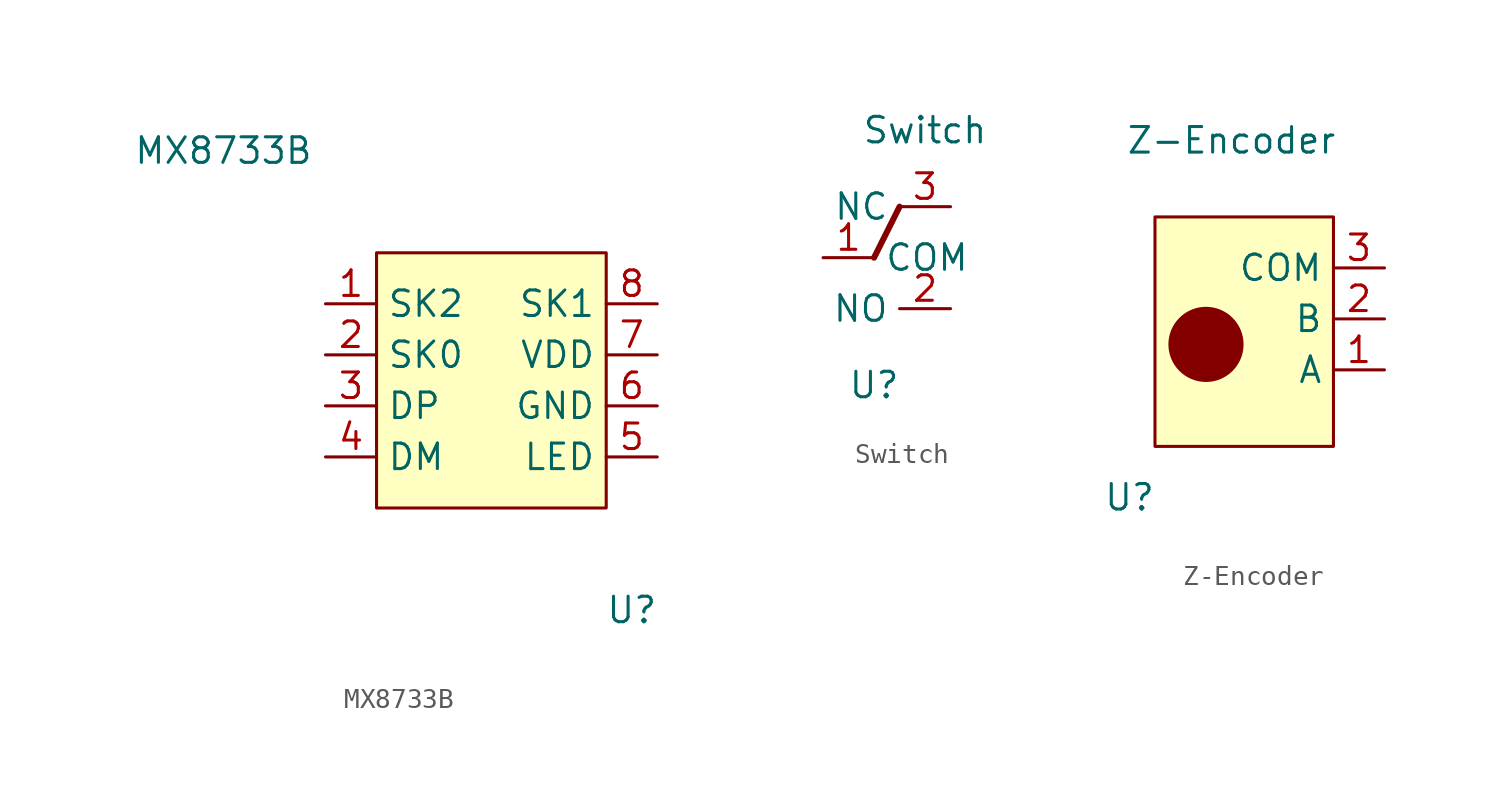
<source format=kicad_sym>
(kicad_symbol_lib
  (version 20211014)
  (generator kicad_symbol_editor)
  (symbol "MX8733B"
    (property "Reference" "U"
      (at 15.24 -17.78 0)
      (effects (font (size 1.27 1.27))))
    (property "Value" "MX8733B"
      (at -5.08 5.08 0)
      (effects (font (size 1.27 1.27))))
    (symbol "MX8733B_0_1"
      (rectangle (start 2.54 0) (end 13.97 -12.7) (stroke (width 0) (type default) (color 0 0 0 0)) (fill (type background))))
    (symbol "MX8733B_1_1"
      (pin input line (at 0 -2.54 0) (length 2.54) (name "SK2" (effects (font (size 1.27 1.27)))) (number "1" (effects (font (size 1.27 1.27)))))
      (pin input line (at 0 -5.08 0) (length 2.54) (name "SK0" (effects (font (size 1.27 1.27)))) (number "2" (effects (font (size 1.27 1.27)))))
      (pin bidirectional line (at 0 -7.62 0) (length 2.54) (name "DP" (effects (font (size 1.27 1.27)))) (number "3" (effects (font (size 1.27 1.27)))))
      (pin bidirectional line (at 0 -10.16 0) (length 2.54) (name "DM" (effects (font (size 1.27 1.27)))) (number "4" (effects (font (size 1.27 1.27)))))
      (pin passive line (at 16.51 -10.16 180) (length 2.54) (name "LED" (effects (font (size 1.27 1.27)))) (number "5" (effects (font (size 1.27 1.27)))))
      (pin passive line (at 16.51 -7.62 180) (length 2.54) (name "GND" (effects (font (size 1.27 1.27)))) (number "6" (effects (font (size 1.27 1.27)))))
      (pin power_in line (at 16.51 -5.08 180) (length 2.54) (name "VDD" (effects (font (size 1.27 1.27)))) (number "7" (effects (font (size 1.27 1.27)))))
      (pin input line (at 16.51 -2.54 180) (length 2.54) (name "SK1" (effects (font (size 1.27 1.27)))) (number "8" (effects (font (size 1.27 1.27)))))))
  (symbol "Switch"
    (property "Reference" "U"
      (at 6.35 -16.51 0)
      (effects (font (size 1.27 1.27))))
    (property "Value" "Switch"
      (at 8.89 -3.81 0)
      (effects (font (size 1.27 1.27))))
    (symbol "Switch_0_1"
      (polyline (pts (xy 6.35 -10.16) (xy 7.62 -7.62)) (stroke (width 0.3) (type default) (color 0 0 0 0)) (fill (type none))))
    (symbol "Switch_1_1"
      (pin bidirectional line (at 3.81 -10.16 0) (length 2.54) (name "COM" (effects (font (size 1.27 1.27)))) (number "1" (effects (font (size 1.27 1.27)))))
      (pin bidirectional line (at 10.16 -12.7 180) (length 2.54) (name "NO" (effects (font (size 1.27 1.27)))) (number "2" (effects (font (size 1.27 1.27)))))
      (pin bidirectional line (at 10.16 -7.62 180) (length 2.54) (name "NC" (effects (font (size 1.27 1.27)))) (number "3" (effects (font (size 1.27 1.27)))))))
  (symbol "Z-Encoder"
    (property "Reference" "U"
      (at -3.81 -17.78 0)
      (effects (font (size 1.27 1.27))))
    (property "Value" "Z-Encoder"
      (at 1.27 0 0)
      (effects (font (size 1.27 1.27))))
    (symbol "Z-Encoder_0_1"
      (circle (center 0 -10.16) (radius 1.796) (stroke (width 0) (type default) (color 0 0 0 0)) (fill (type outline)))
      (rectangle (start 6.35 -3.81) (end -2.54 -15.24) (stroke (width 0) (type default) (color 0 0 0 0)) (fill (type background))))
    (symbol "Z-Encoder_1_1"
      (pin output line (at 8.89 -11.43 180) (length 2.54) (name "A" (effects (font (size 1.27 1.27)))) (number "1" (effects (font (size 1.27 1.27)))))
      (pin output line (at 8.89 -8.89 180) (length 2.54) (name "B" (effects (font (size 1.27 1.27)))) (number "2" (effects (font (size 1.27 1.27)))))
      (pin output line (at 8.89 -6.35 180) (length 2.54) (name "COM" (effects (font (size 1.27 1.27)))) (number "3" (effects (font (size 1.27 1.27))))))))
</source>
